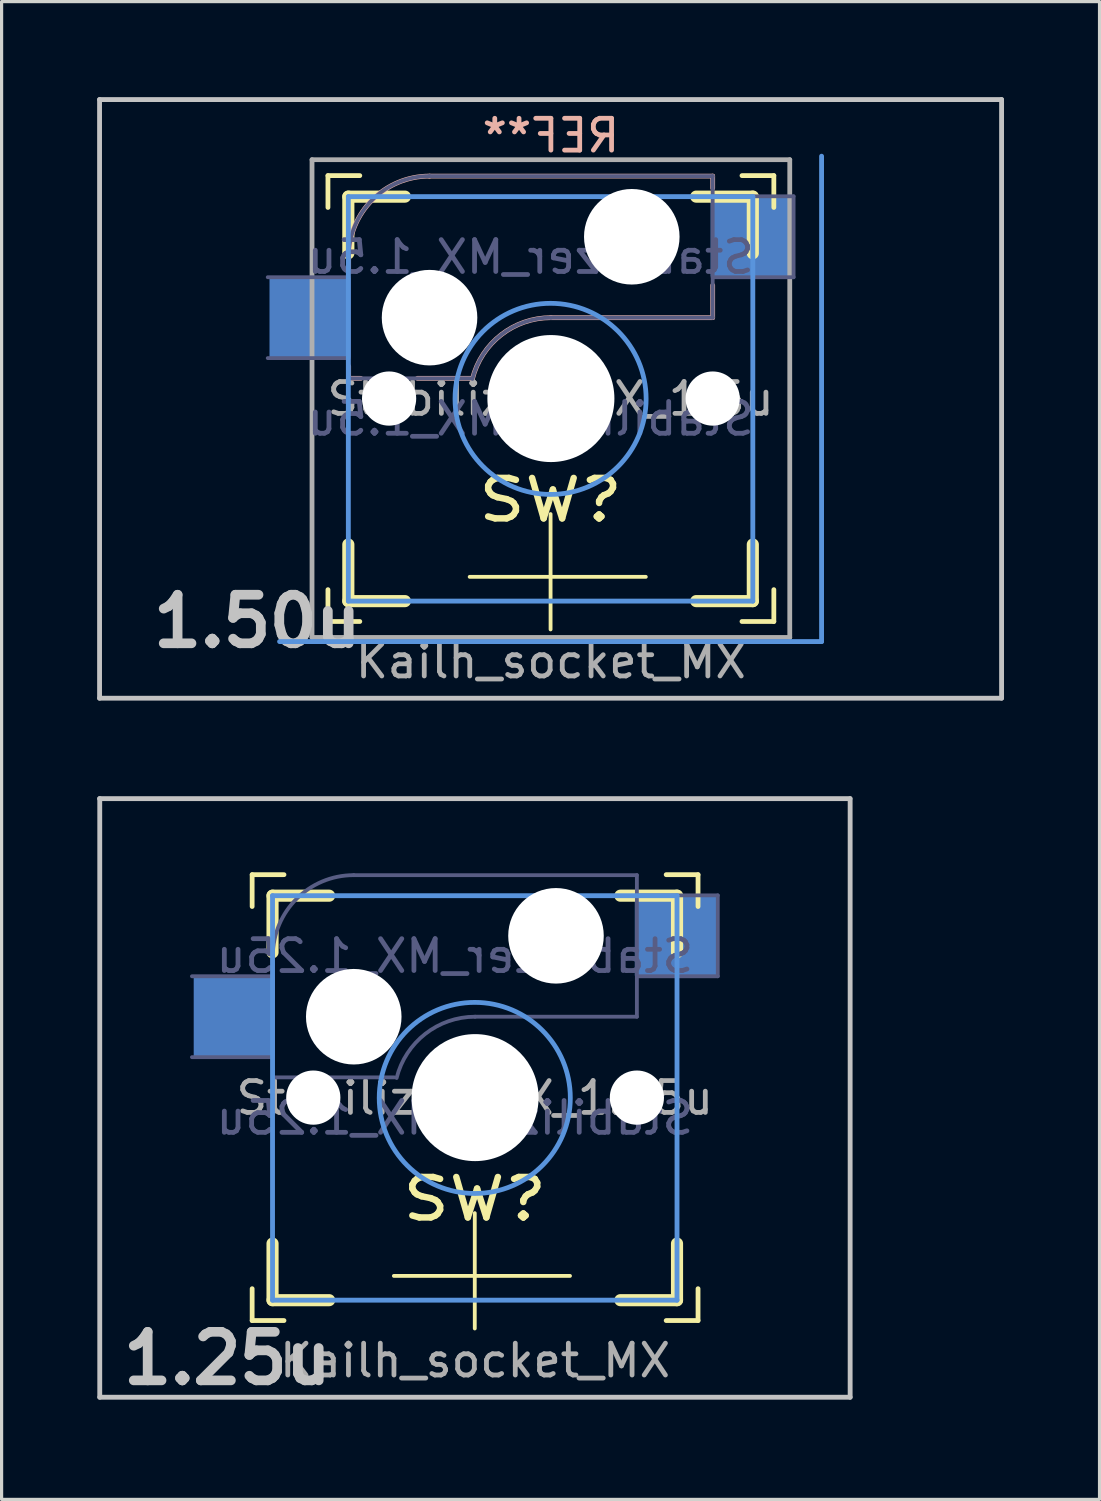
<source format=kicad_pcb>
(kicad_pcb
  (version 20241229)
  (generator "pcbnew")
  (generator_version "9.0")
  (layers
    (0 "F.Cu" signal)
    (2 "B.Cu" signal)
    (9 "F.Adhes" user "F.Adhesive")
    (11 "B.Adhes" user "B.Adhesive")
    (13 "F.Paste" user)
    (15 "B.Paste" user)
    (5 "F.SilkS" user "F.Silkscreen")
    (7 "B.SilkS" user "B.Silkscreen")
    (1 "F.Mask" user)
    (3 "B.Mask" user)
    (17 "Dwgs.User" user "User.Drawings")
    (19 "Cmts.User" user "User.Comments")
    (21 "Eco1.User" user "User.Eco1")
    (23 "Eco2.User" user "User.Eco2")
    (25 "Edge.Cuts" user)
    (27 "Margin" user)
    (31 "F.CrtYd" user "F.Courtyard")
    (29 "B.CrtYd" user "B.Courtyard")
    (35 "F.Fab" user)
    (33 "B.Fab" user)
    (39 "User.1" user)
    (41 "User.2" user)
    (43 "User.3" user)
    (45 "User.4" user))
  (footprint "Stabilizer_MX_1.5u"
    (layer "F.Cu")
    (at 14.237 9.474)
    (property "Reference" "Stabilizer_MX_1.5u" (at 0 0 0) (layer "F.Fab") (effects (font (size 1 1) (thickness 0.15))))
    (property "Value" "Stabilizer_MX_1.5u" (at 0 10.16 0) (layer "F.Fab") (hide yes) (effects (font (size 1 1) (thickness 0.15))))
    (attr through_hole)
    (fp_line (start -6.99 -6.01) (end -6.99 -7.01) (stroke (width 0.15) (type solid)) (layer "F.SilkS"))
    (fp_line (start -6.99 6.99) (end -6.99 5.99) (stroke (width 0.15) (type solid)) (layer "F.SilkS"))
    (fp_line (start -6.99 6.99) (end -5.99 6.99) (stroke (width 0.15) (type solid)) (layer "F.SilkS"))
    (fp_line (start -6.35 -6.35) (end -4.572 -6.35) (stroke (width 0.381) (type solid)) (layer "F.SilkS"))
    (fp_line (start -6.35 -4.572) (end -6.35 -6.35) (stroke (width 0.381) (type solid)) (layer "F.SilkS"))
    (fp_line (start -6.35 6.35) (end -6.35 4.572) (stroke (width 0.381) (type solid)) (layer "F.SilkS"))
    (fp_line (start -5.99 -7.01) (end -6.99 -7.01) (stroke (width 0.15) (type solid)) (layer "F.SilkS"))
    (fp_line (start -4.572 6.35) (end -6.35 6.35) (stroke (width 0.381) (type solid)) (layer "F.SilkS"))
    (fp_line (start -2.54 5.588) (end 2.99 5.588) (stroke (width 0.12) (type solid)) (layer "F.SilkS"))
    (fp_line (start 0 7.239) (end 0 3.617) (stroke (width 0.12) (type solid)) (layer "F.SilkS"))
    (fp_line (start 4.572 -6.35) (end 6.35 -6.35) (stroke (width 0.381) (type solid)) (layer "F.SilkS"))
    (fp_line (start 6.01 6.99) (end 7.01 6.99) (stroke (width 0.15) (type solid)) (layer "F.SilkS"))
    (fp_line (start 6.35 -6.35) (end 6.35 -4.572) (stroke (width 0.381) (type solid)) (layer "F.SilkS"))
    (fp_line (start 6.35 4.572) (end 6.35 6.35) (stroke (width 0.381) (type solid)) (layer "F.SilkS"))
    (fp_line (start 6.35 6.35) (end 4.572 6.35) (stroke (width 0.381) (type solid)) (layer "F.SilkS"))
    (fp_line (start 7.01 -7.01) (end 6.01 -7.01) (stroke (width 0.15) (type solid)) (layer "F.SilkS"))
    (fp_line (start 7.01 -7.01) (end 7.01 -6.01) (stroke (width 0.15) (type solid)) (layer "F.SilkS"))
    (fp_line (start 7.01 5.99) (end 7.01 6.99) (stroke (width 0.15) (type solid)) (layer "F.SilkS"))
    (fp_line (start -6.34 -4.455) (end -6.34 -4.074) (stroke (width 0.15) (type solid)) (layer "B.SilkS"))
    (fp_line (start -6.34 -1.026) (end -6.34 -0.645) (stroke (width 0.15) (type solid)) (layer "B.SilkS"))
    (fp_line (start -5.959 -0.645) (end -6.34 -0.645) (stroke (width 0.15) (type solid)) (layer "B.SilkS"))
    (fp_line (start -3.8 -6.995) (end 5.09 -6.995) (stroke (width 0.15) (type solid)) (layer "B.SilkS"))
    (fp_line (start -2.454 -0.645) (end -4.181 -0.645) (stroke (width 0.15) (type solid)) (layer "B.SilkS"))
    (fp_line (start 5.09 -6.995) (end 5.09 -6.614) (stroke (width 0.15) (type solid)) (layer "B.SilkS"))
    (fp_line (start 5.09 -3.566) (end 5.09 -2.55) (stroke (width 0.15) (type solid)) (layer "B.SilkS"))
    (fp_line (start 5.09 -2.55) (end 0.01 -2.55) (stroke (width 0.15) (type solid)) (layer "B.SilkS"))
    (fp_arc (start -6.34 -4.455) (mid -5.596051 -6.251051) (end -3.8 -6.995) (stroke (width 0.15) (type solid)) (layer "B.SilkS"))
    (fp_arc (start -2.454162 -0.62604) (mid -1.553147 -2.012042) (end 0.01 -2.55) (stroke (width 0.15) (type solid)) (layer "B.SilkS"))
    (fp_line (start -14.161 -9.398) (end -14.161 9.398) (stroke (width 0.152) (type solid)) (layer "Dwgs.User"))
    (fp_line (start -14.161 -9.398) (end 14.161 -9.398) (stroke (width 0.152) (type solid)) (layer "Dwgs.User"))
    (fp_line (start 14.161 9.398) (end -14.161 9.398) (stroke (width 0.152) (type solid)) (layer "Dwgs.User"))
    (fp_line (start 14.161 9.398) (end 14.161 -9.398) (stroke (width 0.152) (type solid)) (layer "Dwgs.User"))
    (fp_line (start -6.35 -6.35) (end 6.35 -6.35) (stroke (width 0.152) (type solid)) (layer "Cmts.User"))
    (fp_line (start -6.35 6.35) (end -6.35 -6.35) (stroke (width 0.152) (type solid)) (layer "Cmts.User"))
    (fp_line (start 6.35 -6.35) (end 6.35 6.35) (stroke (width 0.152) (type solid)) (layer "Cmts.User"))
    (fp_line (start 6.35 6.35) (end -6.35 6.35) (stroke (width 0.152) (type solid)) (layer "Cmts.User"))
    (fp_line (start 8.509 -7.62) (end 8.509 7.62) (stroke (width 0.152) (type solid)) (layer "Cmts.User"))
    (fp_line (start 8.509 7.62) (end -8.509 7.62) (stroke (width 0.152) (type solid)) (layer "Cmts.User"))
    (fp_circle (center 0 0) (end 3 0) (stroke (width 0.15) (type solid)) (fill no) (layer "Cmts.User"))
    (fp_line (start -8.611 -4.877) (end -6.985 -4.877) (stroke (width 0.152) (type solid)) (layer "Eco2.User"))
    (fp_line (start -6.985 -6.985) (end 6.985 -6.985) (stroke (width 0.152) (type solid)) (layer "Eco2.User"))
    (fp_line (start -6.985 -4.877) (end -6.985 -6.985) (stroke (width 0.152) (type solid)) (layer "Eco2.User"))
    (fp_line (start -6.985 5.817) (end -8.611 5.817) (stroke (width 0.152) (type solid)) (layer "Eco2.User"))
    (fp_line (start -6.985 6.985) (end -6.985 5.817) (stroke (width 0.152) (type solid)) (layer "Eco2.User"))
    (fp_line (start -6.89 6.89) (end -6.89 -6.91) (stroke (width 0.15) (type solid)) (layer "Eco2.User"))
    (fp_line (start -6.89 6.89) (end 6.91 6.89) (stroke (width 0.15) (type solid)) (layer "Eco2.User"))
    (fp_line (start -2.6 4.039) (end -2.6 7.239) (stroke (width 0.15) (type solid)) (layer "Eco2.User"))
    (fp_line (start -2.6 7.239) (end 2.6 7.239) (stroke (width 0.15) (type solid)) (layer "Eco2.User"))
    (fp_line (start 2.6 4) (end -2.6 4) (stroke (width 0.15) (type solid)) (layer "Eco2.User"))
    (fp_line (start 2.6 4) (end 2.6 7.2) (stroke (width 0.15) (type solid)) (layer "Eco2.User"))
    (fp_line (start 6.91 -6.91) (end -6.89 -6.91) (stroke (width 0.15) (type solid)) (layer "Eco2.User"))
    (fp_line (start 6.91 -6.91) (end 6.91 6.89) (stroke (width 0.15) (type solid)) (layer "Eco2.User"))
    (fp_line (start 6.985 -6.985) (end 6.985 -4.877) (stroke (width 0.152) (type solid)) (layer "Eco2.User"))
    (fp_line (start 6.985 -4.877) (end 8.611 -4.877) (stroke (width 0.152) (type solid)) (layer "Eco2.User"))
    (fp_line (start 6.985 5.817) (end 6.985 6.985) (stroke (width 0.152) (type solid)) (layer "Eco2.User"))
    (fp_line (start 6.985 6.985) (end -6.985 6.985) (stroke (width 0.152) (type solid)) (layer "Eco2.User"))
    (fp_line (start 8.611 -4.877) (end 8.611 -5.69) (stroke (width 0.152) (type solid)) (layer "Eco2.User"))
    (fp_line (start 8.611 5.817) (end 6.985 5.817) (stroke (width 0.152) (type solid)) (layer "Eco2.User"))
    (fp_line (start 8.611 6.604) (end 8.611 5.817) (stroke (width 0.152) (type solid)) (layer "Eco2.User"))
    (fp_line (start -8.88 -3.82) (end -6.34 -3.82) (stroke (width 0.12) (type solid)) (layer "B.Fab"))
    (fp_line (start -6.34 -1.28) (end -8.88 -1.28) (stroke (width 0.12) (type solid)) (layer "B.Fab"))
    (fp_line (start -6.34 -0.645) (end -6.34 -4.455) (stroke (width 0.12) (type solid)) (layer "B.Fab"))
    (fp_line (start -6.34 -0.645) (end -2.53 -0.645) (stroke (width 0.12) (type solid)) (layer "B.Fab"))
    (fp_line (start -3.8 -6.995) (end 5.09 -6.995) (stroke (width 0.12) (type solid)) (layer "B.Fab"))
    (fp_line (start 5.09 -6.995) (end 5.09 -2.55) (stroke (width 0.12) (type solid)) (layer "B.Fab"))
    (fp_line (start 5.09 -6.36) (end 7.63 -6.36) (stroke (width 0.12) (type solid)) (layer "B.Fab"))
    (fp_line (start 5.09 -2.55) (end 0.01 -2.55) (stroke (width 0.12) (type solid)) (layer "B.Fab"))
    (fp_line (start 7.63 -6.36) (end 7.63 -3.82) (stroke (width 0.12) (type solid)) (layer "B.Fab"))
    (fp_line (start 7.63 -3.82) (end 5.09 -3.82) (stroke (width 0.12) (type solid)) (layer "B.Fab"))
    (fp_arc (start -6.34 -4.455) (mid -5.596051 -6.251051) (end -3.8 -6.995) (stroke (width 0.12) (type solid)) (layer "B.Fab"))
    (fp_arc (start -2.454162 -0.62604) (mid -1.553147 -2.012042) (end 0.01 -2.55) (stroke (width 0.12) (type solid)) (layer "B.Fab"))
    (fp_line (start -7.49 -7.51) (end 7.51 -7.51) (stroke (width 0.15) (type solid)) (layer "F.Fab"))
    (fp_line (start -7.49 7.49) (end -7.49 -7.51) (stroke (width 0.15) (type solid)) (layer "F.Fab"))
    (fp_line (start 7.51 -7.51) (end 7.51 7.49) (stroke (width 0.15) (type solid)) (layer "F.Fab"))
    (fp_line (start 7.51 7.49) (end -7.49 7.49) (stroke (width 0.15) (type solid)) (layer "F.Fab"))
    (fp_text user "SW?" (at 0 3.175 0) (layer "F.SilkS") (effects (font (size 1.27 1.524) (thickness 0.203))))
    (fp_text user "REF**" (at 0.01 -8.265 0) (layer "B.SilkS") (effects (font (size 1 1) (thickness 0.15)) (justify mirror)))
    (fp_text user "1.50u" (at -9.207 6.985 0) (layer "Dwgs.User") (effects (font (size 1.524 1.524) (thickness 0.305))))
    (fp_text user "${VALUE}" (at -0.625 0.625 0) (layer "B.Fab") (effects (font (size 1 1) (thickness 0.15)) (justify mirror)))
    (fp_text user "${REFERENCE}" (at -0.625 -4.455 0) (layer "B.Fab") (effects (font (size 1 1) (thickness 0.15)) (justify mirror)))
    (fp_text user "Kailh_socket_MX" (at 0.01 8.245 0) (layer "F.Fab") (effects (font (size 1 1) (thickness 0.15))))
    (pad "" np_thru_hole circle (at -5.07 -0.01) (size 1.702 1.702) (drill 1.702) (layers "*.Cu" "*.Mask"))
    (pad "" np_thru_hole circle (at -3.8 -2.55) (size 3 3) (drill 3) (layers "*.Cu" "*.Mask"))
    (pad "" np_thru_hole circle (at 0.01 -0.01) (size 3.988 3.988) (drill 3.988) (layers "*.Cu" "*.Mask"))
    (pad "" np_thru_hole circle (at 2.55 -5.09) (size 3 3) (drill 3) (layers "*.Cu" "*.Mask"))
    (pad "" np_thru_hole circle (at 5.09 -0.01) (size 1.702 1.702) (drill 1.702) (layers "*.Cu" "*.Mask"))
    (pad "1" smd rect (at 6.3 -5.09) (size 2.55 2.5) (layers "B.Cu" "B.Mask" "B.Paste"))
    (pad "2" smd rect (at -7.55 -2.55) (size 2.55 2.5) (layers "B.Cu" "B.Mask" "B.Paste")))
  (footprint "Stabilizer_MX_1.25u"
    (layer "F.Cu")
    (at 11.857 31.423)
    (property "Reference" "Stabilizer_MX_1.25u" (at 0 0 0) (layer "F.Fab") (effects (font (size 1 1) (thickness 0.15))))
    (property "Value" "Stabilizer_MX_1.25u" (at 0 10.16 0) (layer "F.Fab") (hide yes) (effects (font (size 1 1) (thickness 0.15))))
    (attr through_hole)
    (fp_line (start -6.99 -6.01) (end -6.99 -7.01) (stroke (width 0.15) (type solid)) (layer "F.SilkS"))
    (fp_line (start -6.99 6.99) (end -6.99 5.99) (stroke (width 0.15) (type solid)) (layer "F.SilkS"))
    (fp_line (start -6.99 6.99) (end -5.99 6.99) (stroke (width 0.15) (type solid)) (layer "F.SilkS"))
    (fp_line (start -6.35 -6.35) (end -4.572 -6.35) (stroke (width 0.381) (type solid)) (layer "F.SilkS"))
    (fp_line (start -6.35 -4.572) (end -6.35 -6.35) (stroke (width 0.381) (type solid)) (layer "F.SilkS"))
    (fp_line (start -6.35 6.35) (end -6.35 4.572) (stroke (width 0.381) (type solid)) (layer "F.SilkS"))
    (fp_line (start -5.99 -7.01) (end -6.99 -7.01) (stroke (width 0.15) (type solid)) (layer "F.SilkS"))
    (fp_line (start -4.572 6.35) (end -6.35 6.35) (stroke (width 0.381) (type solid)) (layer "F.SilkS"))
    (fp_line (start -2.54 5.588) (end 2.99 5.588) (stroke (width 0.12) (type solid)) (layer "F.SilkS"))
    (fp_line (start 0 7.239) (end 0 3.617) (stroke (width 0.12) (type solid)) (layer "F.SilkS"))
    (fp_line (start 4.572 -6.35) (end 6.35 -6.35) (stroke (width 0.381) (type solid)) (layer "F.SilkS"))
    (fp_line (start 6.01 6.99) (end 7.01 6.99) (stroke (width 0.15) (type solid)) (layer "F.SilkS"))
    (fp_line (start 6.35 -6.35) (end 6.35 -4.572) (stroke (width 0.381) (type solid)) (layer "F.SilkS"))
    (fp_line (start 6.35 4.572) (end 6.35 6.35) (stroke (width 0.381) (type solid)) (layer "F.SilkS"))
    (fp_line (start 6.35 6.35) (end 4.572 6.35) (stroke (width 0.381) (type solid)) (layer "F.SilkS"))
    (fp_line (start 7.01 -7.01) (end 6.01 -7.01) (stroke (width 0.15) (type solid)) (layer "F.SilkS"))
    (fp_line (start 7.01 -7.01) (end 7.01 -6.01) (stroke (width 0.15) (type solid)) (layer "F.SilkS"))
    (fp_line (start 7.01 5.99) (end 7.01 6.99) (stroke (width 0.15) (type solid)) (layer "F.SilkS"))
    (fp_line (start -11.781 -9.398) (end 11.781 -9.398) (stroke (width 0.152) (type solid)) (layer "Dwgs.User"))
    (fp_line (start -11.775 9.398) (end -11.775 -9.398) (stroke (width 0.152) (type solid)) (layer "Dwgs.User"))
    (fp_line (start 11.786 -9.398) (end 11.786 9.398) (stroke (width 0.152) (type solid)) (layer "Dwgs.User"))
    (fp_line (start 11.786 9.398) (end -11.775 9.398) (stroke (width 0.152) (type solid)) (layer "Dwgs.User"))
    (fp_line (start -6.35 -6.35) (end 6.35 -6.35) (stroke (width 0.152) (type solid)) (layer "Cmts.User"))
    (fp_line (start -6.35 6.35) (end -6.35 -6.35) (stroke (width 0.152) (type solid)) (layer "Cmts.User"))
    (fp_line (start 6.35 -6.35) (end 6.35 6.35) (stroke (width 0.152) (type solid)) (layer "Cmts.User"))
    (fp_line (start 6.35 6.35) (end -6.35 6.35) (stroke (width 0.152) (type solid)) (layer "Cmts.User"))
    (fp_circle (center 0 0) (end 3 0) (stroke (width 0.15) (type solid)) (fill no) (layer "Cmts.User"))
    (fp_line (start -7.25 -7.25) (end 7.25 -7.25) (stroke (width 0.15) (type solid)) (layer "Eco1.User"))
    (fp_line (start -7.25 7.25) (end -7.25 -7.25) (stroke (width 0.15) (type solid)) (layer "Eco1.User"))
    (fp_line (start 7.25 -7.25) (end 7.25 7.25) (stroke (width 0.15) (type solid)) (layer "Eco1.User"))
    (fp_line (start 7.25 7.25) (end -7.25 7.25) (stroke (width 0.15) (type solid)) (layer "Eco1.User"))
    (fp_line (start -6.985 -6.985) (end 6.985 -6.985) (stroke (width 0.152) (type solid)) (layer "Eco2.User"))
    (fp_line (start -6.985 -4.877) (end -6.985 -6.985) (stroke (width 0.152) (type solid)) (layer "Eco2.User"))
    (fp_line (start -6.985 6.985) (end -6.985 5.817) (stroke (width 0.152) (type solid)) (layer "Eco2.User"))
    (fp_line (start -6.89 6.89) (end -6.89 -6.91) (stroke (width 0.15) (type solid)) (layer "Eco2.User"))
    (fp_line (start -6.89 6.89) (end 6.91 6.89) (stroke (width 0.15) (type solid)) (layer "Eco2.User"))
    (fp_line (start -2.6 4.039) (end -2.6 7.239) (stroke (width 0.15) (type solid)) (layer "Eco2.User"))
    (fp_line (start -2.6 7.239) (end 2.6 7.239) (stroke (width 0.15) (type solid)) (layer "Eco2.User"))
    (fp_line (start 2.6 4) (end -2.6 4) (stroke (width 0.15) (type solid)) (layer "Eco2.User"))
    (fp_line (start 2.6 4) (end 2.6 7.2) (stroke (width 0.15) (type solid)) (layer "Eco2.User"))
    (fp_line (start 6.91 -6.91) (end -6.89 -6.91) (stroke (width 0.15) (type solid)) (layer "Eco2.User"))
    (fp_line (start 6.91 -6.91) (end 6.91 6.89) (stroke (width 0.15) (type solid)) (layer "Eco2.User"))
    (fp_line (start 6.985 -6.985) (end 6.985 -4.877) (stroke (width 0.152) (type solid)) (layer "Eco2.User"))
    (fp_line (start 6.985 5.817) (end 6.985 6.985) (stroke (width 0.152) (type solid)) (layer "Eco2.User"))
    (fp_line (start 6.985 6.985) (end -6.985 6.985) (stroke (width 0.152) (type solid)) (layer "Eco2.User"))
    (fp_line (start -8.88 -3.82) (end -6.34 -3.82) (stroke (width 0.12) (type solid)) (layer "B.Fab"))
    (fp_line (start -6.34 -1.28) (end -8.88 -1.28) (stroke (width 0.12) (type solid)) (layer "B.Fab"))
    (fp_line (start -6.34 -0.645) (end -6.34 -4.455) (stroke (width 0.12) (type solid)) (layer "B.Fab"))
    (fp_line (start -6.34 -0.645) (end -2.53 -0.645) (stroke (width 0.12) (type solid)) (layer "B.Fab"))
    (fp_line (start -3.8 -6.995) (end 5.09 -6.995) (stroke (width 0.12) (type solid)) (layer "B.Fab"))
    (fp_line (start 5.09 -6.995) (end 5.09 -2.55) (stroke (width 0.12) (type solid)) (layer "B.Fab"))
    (fp_line (start 5.09 -6.36) (end 7.63 -6.36) (stroke (width 0.12) (type solid)) (layer "B.Fab"))
    (fp_line (start 5.09 -2.55) (end 0.01 -2.55) (stroke (width 0.12) (type solid)) (layer "B.Fab"))
    (fp_line (start 7.63 -6.36) (end 7.63 -3.82) (stroke (width 0.12) (type solid)) (layer "B.Fab"))
    (fp_line (start 7.63 -3.82) (end 5.09 -3.82) (stroke (width 0.12) (type solid)) (layer "B.Fab"))
    (fp_arc (start -6.34 -4.455) (mid -5.596051 -6.251051) (end -3.8 -6.995) (stroke (width 0.12) (type solid)) (layer "B.Fab"))
    (fp_arc (start -2.454162 -0.62604) (mid -1.553147 -2.012042) (end 0.01 -2.55) (stroke (width 0.12) (type solid)) (layer "B.Fab"))
    (fp_text user "SW?" (at 0 3.175 0) (layer "F.SilkS") (effects (font (size 1.27 1.524) (thickness 0.203))))
    (fp_text user "1.25u" (at -7.767 8.179 0) (layer "Dwgs.User") (effects (font (size 1.524 1.524) (thickness 0.305))))
    (fp_text user "${VALUE}" (at -0.625 0.625 0) (layer "B.Fab") (effects (font (size 1 1) (thickness 0.15)) (justify mirror)))
    (fp_text user "${REFERENCE}" (at -0.625 -4.455 0) (layer "B.Fab") (effects (font (size 1 1) (thickness 0.15)) (justify mirror)))
    (fp_text user "Kailh_socket_MX" (at 0.01 8.245 0) (layer "F.Fab") (effects (font (size 1 1) (thickness 0.15))))
    (pad "" np_thru_hole circle (at -5.07 -0.01) (size 1.702 1.702) (drill 1.702) (layers "*.Cu" "*.Mask"))
    (pad "" np_thru_hole circle (at -3.8 -2.55) (size 3 3) (drill 3) (layers "*.Cu" "*.Mask"))
    (pad "" np_thru_hole circle (at 0.01 -0.01) (size 3.988 3.988) (drill 3.988) (layers "*.Cu" "*.Mask"))
    (pad "" np_thru_hole circle (at 2.55 -5.09) (size 3 3) (drill 3) (layers "*.Cu" "*.Mask"))
    (pad "" np_thru_hole circle (at 5.09 -0.01) (size 1.702 1.702) (drill 1.702) (layers "*.Cu" "*.Mask"))
    (pad "1" smd rect (at 6.3 -5.09) (size 2.55 2.5) (layers "B.Cu" "B.Mask" "B.Paste"))
    (pad "2" smd rect (at -7.55 -2.55) (size 2.55 2.5) (layers "B.Cu" "B.Mask" "B.Paste")))
  (gr_rect
    (start -3 -3)
    (end 31.473 44.028)
    (stroke (width 0.1) (type default))
    (fill no)
    (layer "Edge.Cuts")))
</source>
